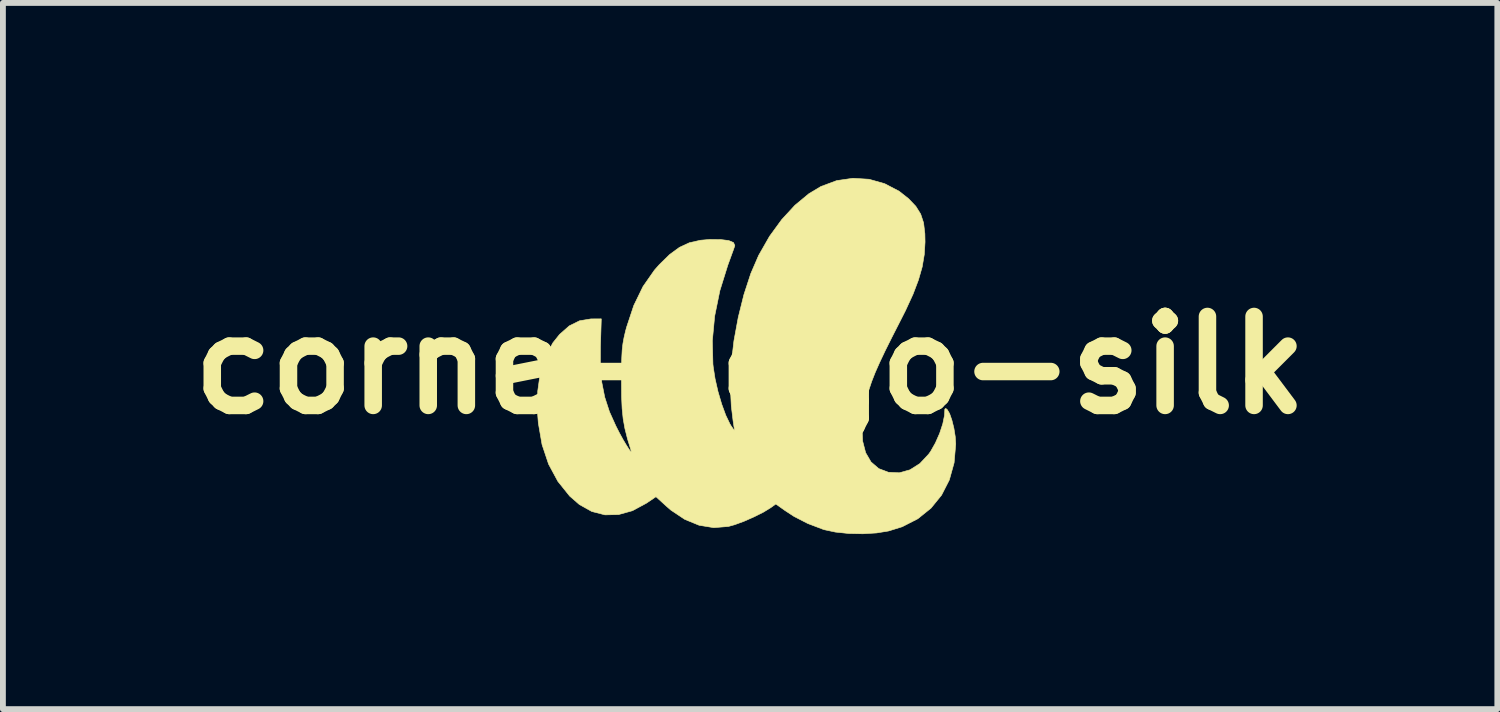
<source format=kicad_pcb>
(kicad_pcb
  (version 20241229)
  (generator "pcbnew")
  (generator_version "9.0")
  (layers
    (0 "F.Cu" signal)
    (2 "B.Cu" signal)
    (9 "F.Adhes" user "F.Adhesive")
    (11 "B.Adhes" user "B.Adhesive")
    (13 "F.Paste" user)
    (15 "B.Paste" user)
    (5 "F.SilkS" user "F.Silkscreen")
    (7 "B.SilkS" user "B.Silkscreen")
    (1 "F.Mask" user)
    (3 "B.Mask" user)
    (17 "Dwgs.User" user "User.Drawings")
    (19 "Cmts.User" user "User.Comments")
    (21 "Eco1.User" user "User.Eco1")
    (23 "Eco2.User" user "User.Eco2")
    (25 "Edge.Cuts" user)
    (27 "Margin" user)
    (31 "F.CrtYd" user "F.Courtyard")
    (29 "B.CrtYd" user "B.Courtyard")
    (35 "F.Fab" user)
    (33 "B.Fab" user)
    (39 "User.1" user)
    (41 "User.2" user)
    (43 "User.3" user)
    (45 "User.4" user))
  (footprint "corne-logo-silk"
    (layer "F.Cu")
    (at 9.804 3.208)
    (property "Reference" "corne-logo-silk" (at 0 0 0) (layer "F.SilkS") (effects (font (size 1.524 1.524) (thickness 0.3))))
    (attr through_hole)
    (fp_poly (pts (xy 2.039 -3.186) (xy 2.305 -3.111) (xy 2.554 -2.981) (xy 2.716 -2.853) (xy 2.84 -2.723) (xy 2.923 -2.59) (xy 2.973 -2.439) (xy 2.995 -2.253) (xy 2.998 -2.111) (xy 2.985 -1.897) (xy 2.949 -1.684) (xy 2.885 -1.461) (xy 2.792 -1.216) (xy 2.664 -0.938) (xy 2.583 -0.778) (xy 2.436 -0.49) (xy 2.316 -0.25) (xy 2.22 -0.047) (xy 2.143 0.127) (xy 2.083 0.28) (xy 2.036 0.421) (xy 1.998 0.56) (xy 1.966 0.705) (xy 1.951 0.784) (xy 1.918 1.059) (xy 1.928 1.299) (xy 1.98 1.5) (xy 2.072 1.658) (xy 2.204 1.772) (xy 2.37 1.835) (xy 2.557 1.844) (xy 2.74 1.793) (xy 2.909 1.686) (xy 3.059 1.526) (xy 3.093 1.479) (xy 3.175 1.334) (xy 3.248 1.169) (xy 3.302 1.005) (xy 3.331 0.864) (xy 3.334 0.82) (xy 3.337 0.753) (xy 3.353 0.741) (xy 3.38 0.763) (xy 3.419 0.83) (xy 3.458 0.942) (xy 3.492 1.078) (xy 3.515 1.221) (xy 3.524 1.35) (xy 3.496 1.673) (xy 3.414 1.967) (xy 3.281 2.227) (xy 3.1 2.45) (xy 2.874 2.632) (xy 2.606 2.769) (xy 2.374 2.841) (xy 2.167 2.875) (xy 1.932 2.889) (xy 1.689 2.884) (xy 1.461 2.86) (xy 1.27 2.819) (xy 1.254 2.814) (xy 0.986 2.712) (xy 0.753 2.592) (xy 0.594 2.488) (xy 0.441 2.379) (xy 0.352 2.443) (xy 0.228 2.519) (xy 0.068 2.599) (xy -0.104 2.675) (xy -0.265 2.734) (xy -0.373 2.764) (xy -0.623 2.784) (xy -0.874 2.743) (xy -1.12 2.642) (xy -1.357 2.484) (xy -1.433 2.418) (xy -1.613 2.254) (xy -1.777 2.365) (xy -2.016 2.494) (xy -2.254 2.56) (xy -2.487 2.565) (xy -2.713 2.507) (xy -2.927 2.387) (xy -3.091 2.244) (xy -3.294 1.991) (xy -3.453 1.696) (xy -3.565 1.361) (xy -3.629 0.99) (xy -3.643 0.806) (xy -3.639 0.444) (xy -3.595 0.128) (xy -3.508 -0.146) (xy -3.379 -0.384) (xy -3.265 -0.527) (xy -3.098 -0.674) (xy -2.922 -0.761) (xy -2.727 -0.793) (xy -2.712 -0.793) (xy -2.55 -0.794) (xy -2.565 -0.319) (xy -2.566 0.008) (xy -2.542 0.291) (xy -2.491 0.549) (xy -2.41 0.798) (xy -2.302 1.038) (xy -2.24 1.16) (xy -2.177 1.275) (xy -2.119 1.372) (xy -2.073 1.444) (xy -2.044 1.482) (xy -2.037 1.475) (xy -2.04 1.46) (xy -2.101 1.262) (xy -2.145 1.087) (xy -2.175 0.92) (xy -2.193 0.743) (xy -2.202 0.539) (xy -2.204 0.291) (xy -2.204 0.254) (xy -2.203 0.038) (xy -2.199 -0.129) (xy -2.192 -0.26) (xy -2.179 -0.371) (xy -2.16 -0.475) (xy -2.134 -0.586) (xy -2.117 -0.649) (xy -1.993 -1.023) (xy -1.835 -1.348) (xy -1.639 -1.629) (xy -1.555 -1.724) (xy -1.378 -1.897) (xy -1.211 -2.019) (xy -1.041 -2.098) (xy -0.851 -2.141) (xy -0.699 -2.154) (xy -0.506 -2.153) (xy -0.367 -2.136) (xy -0.285 -2.102) (xy -0.262 -2.052) (xy -0.265 -2.039) (xy -0.283 -1.986) (xy -0.318 -1.89) (xy -0.362 -1.769) (xy -0.382 -1.714) (xy -0.518 -1.278) (xy -0.607 -0.842) (xy -0.647 -0.418) (xy -0.637 -0.017) (xy -0.632 0.028) (xy -0.6 0.234) (xy -0.55 0.453) (xy -0.487 0.667) (xy -0.417 0.858) (xy -0.345 1.008) (xy -0.328 1.036) (xy -0.286 1.096) (xy -0.266 1.115) (xy -0.267 1.103) (xy -0.277 1.05) (xy -0.292 0.949) (xy -0.308 0.816) (xy -0.322 0.7) (xy -0.339 0.358) (xy -0.323 -0.02) (xy -0.277 -0.417) (xy -0.203 -0.819) (xy -0.106 -1.209) (xy 0.012 -1.57) (xy 0.149 -1.887) (xy 0.151 -1.889) (xy 0.333 -2.208) (xy 0.542 -2.495) (xy 0.769 -2.741) (xy 1.008 -2.939) (xy 1.213 -3.062) (xy 1.484 -3.163) (xy 1.762 -3.203) (xy 2.039 -3.186)) (stroke (width 0.01) (type solid)) (fill yes) (layer "F.SilkS")))
  (gr_rect
    (start -3 -3)
    (end 22.609 9.102)
    (stroke (width 0.1) (type default))
    (fill no)
    (layer "Edge.Cuts")))
</source>
